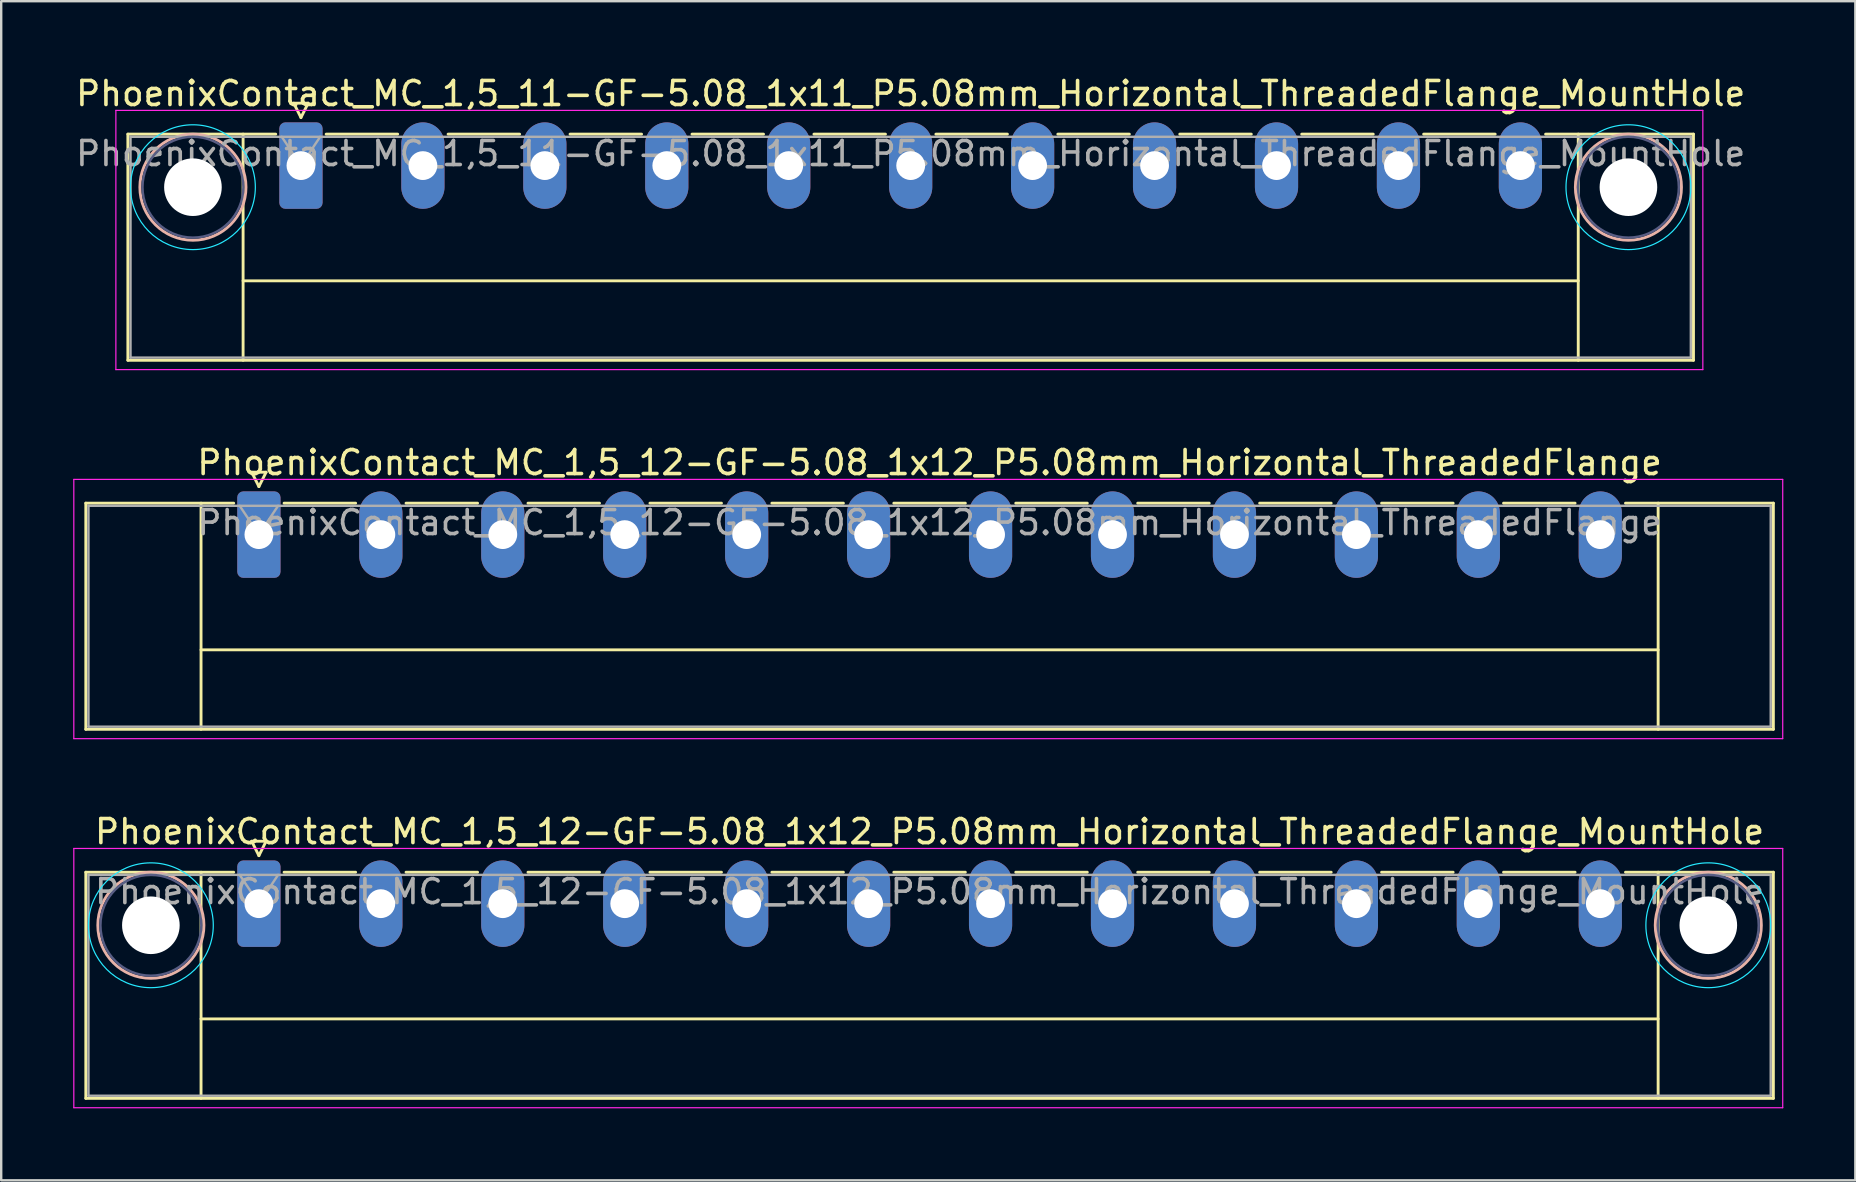
<source format=kicad_pcb>
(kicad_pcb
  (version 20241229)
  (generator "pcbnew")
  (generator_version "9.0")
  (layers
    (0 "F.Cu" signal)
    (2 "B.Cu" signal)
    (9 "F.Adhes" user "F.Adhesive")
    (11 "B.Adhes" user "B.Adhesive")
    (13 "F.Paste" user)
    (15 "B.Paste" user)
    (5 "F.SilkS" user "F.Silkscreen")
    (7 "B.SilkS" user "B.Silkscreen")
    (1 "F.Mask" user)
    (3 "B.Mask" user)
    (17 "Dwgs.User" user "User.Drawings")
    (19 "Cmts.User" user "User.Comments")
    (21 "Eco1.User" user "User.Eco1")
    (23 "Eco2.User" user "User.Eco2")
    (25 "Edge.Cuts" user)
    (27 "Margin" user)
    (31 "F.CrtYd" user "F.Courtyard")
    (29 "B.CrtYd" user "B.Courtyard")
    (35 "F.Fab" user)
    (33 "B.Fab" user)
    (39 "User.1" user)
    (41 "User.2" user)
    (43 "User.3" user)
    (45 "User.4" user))
  (footprint "PhoenixContact_MC_1,5_12-GF-5.08_1x12_P5.08mm_Horizontal_ThreadedFlange"
    (layer "F.Cu")
    (at 7.735 19.221)
    (property "Reference" "PhoenixContact_MC_1,5_12-GF-5.08_1x12_P5.08mm_Horizontal_ThreadedFlange" (at 27.94 -3 0) (layer "F.SilkS") (effects (font (size 1 1) (thickness 0.15))))
    (attr through_hole)
    (fp_line (start -7.21 -1.31) (end -7.21 8.11) (stroke (width 0.12) (type solid)) (layer "F.SilkS"))
    (fp_line (start -7.21 -1.31) (end -1.05 -1.31) (stroke (width 0.12) (type solid)) (layer "F.SilkS"))
    (fp_line (start -7.21 8.11) (end 63.09 8.11) (stroke (width 0.12) (type solid)) (layer "F.SilkS"))
    (fp_line (start -2.41 -1.31) (end -2.41 8.11) (stroke (width 0.12) (type solid)) (layer "F.SilkS"))
    (fp_line (start -2.41 4.8) (end 58.29 4.8) (stroke (width 0.12) (type solid)) (layer "F.SilkS"))
    (fp_line (start -0.3 -2.6) (end 0.3 -2.6) (stroke (width 0.12) (type solid)) (layer "F.SilkS"))
    (fp_line (start 0 -2) (end -0.3 -2.6) (stroke (width 0.12) (type solid)) (layer "F.SilkS"))
    (fp_line (start 0.3 -2.6) (end 0 -2) (stroke (width 0.12) (type solid)) (layer "F.SilkS"))
    (fp_line (start 1.05 -1.31) (end 4.03 -1.31) (stroke (width 0.12) (type solid)) (layer "F.SilkS"))
    (fp_line (start 6.13 -1.31) (end 9.11 -1.31) (stroke (width 0.12) (type solid)) (layer "F.SilkS"))
    (fp_line (start 11.21 -1.31) (end 14.19 -1.31) (stroke (width 0.12) (type solid)) (layer "F.SilkS"))
    (fp_line (start 16.29 -1.31) (end 19.27 -1.31) (stroke (width 0.12) (type solid)) (layer "F.SilkS"))
    (fp_line (start 21.37 -1.31) (end 24.35 -1.31) (stroke (width 0.12) (type solid)) (layer "F.SilkS"))
    (fp_line (start 26.45 -1.31) (end 29.43 -1.31) (stroke (width 0.12) (type solid)) (layer "F.SilkS"))
    (fp_line (start 31.53 -1.31) (end 34.51 -1.31) (stroke (width 0.12) (type solid)) (layer "F.SilkS"))
    (fp_line (start 36.61 -1.31) (end 39.59 -1.31) (stroke (width 0.12) (type solid)) (layer "F.SilkS"))
    (fp_line (start 41.69 -1.31) (end 44.67 -1.31) (stroke (width 0.12) (type solid)) (layer "F.SilkS"))
    (fp_line (start 46.77 -1.31) (end 49.75 -1.31) (stroke (width 0.12) (type solid)) (layer "F.SilkS"))
    (fp_line (start 51.85 -1.31) (end 54.83 -1.31) (stroke (width 0.12) (type solid)) (layer "F.SilkS"))
    (fp_line (start 58.29 -1.31) (end 58.29 8.11) (stroke (width 0.12) (type solid)) (layer "F.SilkS"))
    (fp_line (start 63.09 -1.31) (end 56.93 -1.31) (stroke (width 0.12) (type solid)) (layer "F.SilkS"))
    (fp_line (start 63.09 8.11) (end 63.09 -1.31) (stroke (width 0.12) (type solid)) (layer "F.SilkS"))
    (fp_line (start -7.71 -2.3) (end -7.71 8.5) (stroke (width 0.05) (type solid)) (layer "F.CrtYd"))
    (fp_line (start -7.71 8.5) (end 63.48 8.5) (stroke (width 0.05) (type solid)) (layer "F.CrtYd"))
    (fp_line (start 63.48 -2.3) (end -7.71 -2.3) (stroke (width 0.05) (type solid)) (layer "F.CrtYd"))
    (fp_line (start 63.48 8.5) (end 63.48 -2.3) (stroke (width 0.05) (type solid)) (layer "F.CrtYd"))
    (fp_line (start -7.1 -1.2) (end -7.1 8) (stroke (width 0.1) (type solid)) (layer "F.Fab"))
    (fp_line (start -7.1 8) (end 62.98 8) (stroke (width 0.1) (type solid)) (layer "F.Fab"))
    (fp_line (start 0 0) (end -0.8 -1.2) (stroke (width 0.1) (type solid)) (layer "F.Fab"))
    (fp_line (start 0.8 -1.2) (end 0 0) (stroke (width 0.1) (type solid)) (layer "F.Fab"))
    (fp_line (start 62.98 -1.2) (end -7.1 -1.2) (stroke (width 0.1) (type solid)) (layer "F.Fab"))
    (fp_line (start 62.98 8) (end 62.98 -1.2) (stroke (width 0.1) (type solid)) (layer "F.Fab"))
    (fp_text user "${REFERENCE}" (at 27.94 -0.5 0) (layer "F.Fab") (effects (font (size 1 1) (thickness 0.15))))
    (pad "1" thru_hole roundrect (at 0 0) (size 1.8 3.6) (drill 1.2) (layers "*.Cu" "*.Mask") (roundrect_rratio 0.139))
    (pad "2" thru_hole oval (at 5.08 0) (size 1.8 3.6) (drill 1.2) (layers "*.Cu" "*.Mask"))
    (pad "3" thru_hole oval (at 10.16 0) (size 1.8 3.6) (drill 1.2) (layers "*.Cu" "*.Mask"))
    (pad "4" thru_hole oval (at 15.24 0) (size 1.8 3.6) (drill 1.2) (layers "*.Cu" "*.Mask"))
    (pad "5" thru_hole oval (at 20.32 0) (size 1.8 3.6) (drill 1.2) (layers "*.Cu" "*.Mask"))
    (pad "6" thru_hole oval (at 25.4 0) (size 1.8 3.6) (drill 1.2) (layers "*.Cu" "*.Mask"))
    (pad "7" thru_hole oval (at 30.48 0) (size 1.8 3.6) (drill 1.2) (layers "*.Cu" "*.Mask"))
    (pad "8" thru_hole oval (at 35.56 0) (size 1.8 3.6) (drill 1.2) (layers "*.Cu" "*.Mask"))
    (pad "9" thru_hole oval (at 40.64 0) (size 1.8 3.6) (drill 1.2) (layers "*.Cu" "*.Mask"))
    (pad "10" thru_hole oval (at 45.72 0) (size 1.8 3.6) (drill 1.2) (layers "*.Cu" "*.Mask"))
    (pad "11" thru_hole oval (at 50.8 0) (size 1.8 3.6) (drill 1.2) (layers "*.Cu" "*.Mask"))
    (pad "12" thru_hole oval (at 55.88 0) (size 1.8 3.6) (drill 1.2) (layers "*.Cu" "*.Mask")))
  (footprint "PhoenixContact_MC_1,5_11-GF-5.08_1x11_P5.08mm_Horizontal_ThreadedFlange_MountHole"
    (layer "F.Cu")
    (at 9.487 3.848)
    (property "Reference" "PhoenixContact_MC_1,5_11-GF-5.08_1x11_P5.08mm_Horizontal_ThreadedFlange_MountHole" (at 25.4 -3 0) (layer "F.SilkS") (effects (font (size 1 1) (thickness 0.15))))
    (attr through_hole)
    (fp_line (start -7.21 -1.31) (end -7.21 8.11) (stroke (width 0.12) (type solid)) (layer "F.SilkS"))
    (fp_line (start -7.21 -1.31) (end -1.05 -1.31) (stroke (width 0.12) (type solid)) (layer "F.SilkS"))
    (fp_line (start -7.21 8.11) (end 58.01 8.11) (stroke (width 0.12) (type solid)) (layer "F.SilkS"))
    (fp_line (start -2.41 -1.31) (end -2.41 8.11) (stroke (width 0.12) (type solid)) (layer "F.SilkS"))
    (fp_line (start -2.41 4.8) (end 53.21 4.8) (stroke (width 0.12) (type solid)) (layer "F.SilkS"))
    (fp_line (start -0.3 -2.6) (end 0.3 -2.6) (stroke (width 0.12) (type solid)) (layer "F.SilkS"))
    (fp_line (start 0 -2) (end -0.3 -2.6) (stroke (width 0.12) (type solid)) (layer "F.SilkS"))
    (fp_line (start 0.3 -2.6) (end 0 -2) (stroke (width 0.12) (type solid)) (layer "F.SilkS"))
    (fp_line (start 1.05 -1.31) (end 4.03 -1.31) (stroke (width 0.12) (type solid)) (layer "F.SilkS"))
    (fp_line (start 6.13 -1.31) (end 9.11 -1.31) (stroke (width 0.12) (type solid)) (layer "F.SilkS"))
    (fp_line (start 11.21 -1.31) (end 14.19 -1.31) (stroke (width 0.12) (type solid)) (layer "F.SilkS"))
    (fp_line (start 16.29 -1.31) (end 19.27 -1.31) (stroke (width 0.12) (type solid)) (layer "F.SilkS"))
    (fp_line (start 21.37 -1.31) (end 24.35 -1.31) (stroke (width 0.12) (type solid)) (layer "F.SilkS"))
    (fp_line (start 26.45 -1.31) (end 29.43 -1.31) (stroke (width 0.12) (type solid)) (layer "F.SilkS"))
    (fp_line (start 31.53 -1.31) (end 34.51 -1.31) (stroke (width 0.12) (type solid)) (layer "F.SilkS"))
    (fp_line (start 36.61 -1.31) (end 39.59 -1.31) (stroke (width 0.12) (type solid)) (layer "F.SilkS"))
    (fp_line (start 41.69 -1.31) (end 44.67 -1.31) (stroke (width 0.12) (type solid)) (layer "F.SilkS"))
    (fp_line (start 46.77 -1.31) (end 49.75 -1.31) (stroke (width 0.12) (type solid)) (layer "F.SilkS"))
    (fp_line (start 53.21 -1.31) (end 53.21 8.11) (stroke (width 0.12) (type solid)) (layer "F.SilkS"))
    (fp_line (start 58.01 -1.31) (end 51.85 -1.31) (stroke (width 0.12) (type solid)) (layer "F.SilkS"))
    (fp_line (start 58.01 8.11) (end 58.01 -1.31) (stroke (width 0.12) (type solid)) (layer "F.SilkS"))
    (fp_circle (center -4.5 0.9) (end -2.29 0.9) (stroke (width 0.12) (type solid)) (fill no) (layer "B.SilkS"))
    (fp_circle (center 55.3 0.9) (end 57.51 0.9) (stroke (width 0.12) (type solid)) (fill no) (layer "B.SilkS"))
    (fp_circle (center -4.5 0.9) (end -1.9 0.9) (stroke (width 0.05) (type solid)) (fill no) (layer "B.CrtYd"))
    (fp_circle (center 55.3 0.9) (end 57.9 0.9) (stroke (width 0.05) (type solid)) (fill no) (layer "B.CrtYd"))
    (fp_line (start -7.71 -2.3) (end -7.71 8.5) (stroke (width 0.05) (type solid)) (layer "F.CrtYd"))
    (fp_line (start -7.71 8.5) (end 58.4 8.5) (stroke (width 0.05) (type solid)) (layer "F.CrtYd"))
    (fp_line (start 58.4 -2.3) (end -7.71 -2.3) (stroke (width 0.05) (type solid)) (layer "F.CrtYd"))
    (fp_line (start 58.4 8.5) (end 58.4 -2.3) (stroke (width 0.05) (type solid)) (layer "F.CrtYd"))
    (fp_circle (center -4.5 0.9) (end -2.4 0.9) (stroke (width 0.1) (type solid)) (fill no) (layer "B.Fab"))
    (fp_circle (center 55.3 0.9) (end 57.4 0.9) (stroke (width 0.1) (type solid)) (fill no) (layer "B.Fab"))
    (fp_line (start -7.1 -1.2) (end -7.1 8) (stroke (width 0.1) (type solid)) (layer "F.Fab"))
    (fp_line (start -7.1 8) (end 57.9 8) (stroke (width 0.1) (type solid)) (layer "F.Fab"))
    (fp_line (start 0 0) (end -0.8 -1.2) (stroke (width 0.1) (type solid)) (layer "F.Fab"))
    (fp_line (start 0.8 -1.2) (end 0 0) (stroke (width 0.1) (type solid)) (layer "F.Fab"))
    (fp_line (start 57.9 -1.2) (end -7.1 -1.2) (stroke (width 0.1) (type solid)) (layer "F.Fab"))
    (fp_line (start 57.9 8) (end 57.9 -1.2) (stroke (width 0.1) (type solid)) (layer "F.Fab"))
    (fp_text user "${REFERENCE}" (at 25.4 -0.5 0) (layer "F.Fab") (effects (font (size 1 1) (thickness 0.15))))
    (pad "" np_thru_hole circle (at -4.5 0.9) (size 2.4 2.4) (drill 2.4) (layers "*.Cu" "*.Mask"))
    (pad "" np_thru_hole circle (at 55.3 0.9) (size 2.4 2.4) (drill 2.4) (layers "*.Cu" "*.Mask"))
    (pad "1" thru_hole roundrect (at 0 0) (size 1.8 3.6) (drill 1.2) (layers "*.Cu" "*.Mask") (roundrect_rratio 0.139))
    (pad "2" thru_hole oval (at 5.08 0) (size 1.8 3.6) (drill 1.2) (layers "*.Cu" "*.Mask"))
    (pad "3" thru_hole oval (at 10.16 0) (size 1.8 3.6) (drill 1.2) (layers "*.Cu" "*.Mask"))
    (pad "4" thru_hole oval (at 15.24 0) (size 1.8 3.6) (drill 1.2) (layers "*.Cu" "*.Mask"))
    (pad "5" thru_hole oval (at 20.32 0) (size 1.8 3.6) (drill 1.2) (layers "*.Cu" "*.Mask"))
    (pad "6" thru_hole oval (at 25.4 0) (size 1.8 3.6) (drill 1.2) (layers "*.Cu" "*.Mask"))
    (pad "7" thru_hole oval (at 30.48 0) (size 1.8 3.6) (drill 1.2) (layers "*.Cu" "*.Mask"))
    (pad "8" thru_hole oval (at 35.56 0) (size 1.8 3.6) (drill 1.2) (layers "*.Cu" "*.Mask"))
    (pad "9" thru_hole oval (at 40.64 0) (size 1.8 3.6) (drill 1.2) (layers "*.Cu" "*.Mask"))
    (pad "10" thru_hole oval (at 45.72 0) (size 1.8 3.6) (drill 1.2) (layers "*.Cu" "*.Mask"))
    (pad "11" thru_hole oval (at 50.8 0) (size 1.8 3.6) (drill 1.2) (layers "*.Cu" "*.Mask")))
  (footprint "PhoenixContact_MC_1,5_12-GF-5.08_1x12_P5.08mm_Horizontal_ThreadedFlange_MountHole"
    (layer "F.Cu")
    (at 7.735 34.595)
    (property "Reference" "PhoenixContact_MC_1,5_12-GF-5.08_1x12_P5.08mm_Horizontal_ThreadedFlange_MountHole" (at 27.94 -3 0) (layer "F.SilkS") (effects (font (size 1 1) (thickness 0.15))))
    (attr through_hole)
    (fp_line (start -7.21 -1.31) (end -7.21 8.11) (stroke (width 0.12) (type solid)) (layer "F.SilkS"))
    (fp_line (start -7.21 -1.31) (end -1.05 -1.31) (stroke (width 0.12) (type solid)) (layer "F.SilkS"))
    (fp_line (start -7.21 8.11) (end 63.09 8.11) (stroke (width 0.12) (type solid)) (layer "F.SilkS"))
    (fp_line (start -2.41 -1.31) (end -2.41 8.11) (stroke (width 0.12) (type solid)) (layer "F.SilkS"))
    (fp_line (start -2.41 4.8) (end 58.29 4.8) (stroke (width 0.12) (type solid)) (layer "F.SilkS"))
    (fp_line (start -0.3 -2.6) (end 0.3 -2.6) (stroke (width 0.12) (type solid)) (layer "F.SilkS"))
    (fp_line (start 0 -2) (end -0.3 -2.6) (stroke (width 0.12) (type solid)) (layer "F.SilkS"))
    (fp_line (start 0.3 -2.6) (end 0 -2) (stroke (width 0.12) (type solid)) (layer "F.SilkS"))
    (fp_line (start 1.05 -1.31) (end 4.03 -1.31) (stroke (width 0.12) (type solid)) (layer "F.SilkS"))
    (fp_line (start 6.13 -1.31) (end 9.11 -1.31) (stroke (width 0.12) (type solid)) (layer "F.SilkS"))
    (fp_line (start 11.21 -1.31) (end 14.19 -1.31) (stroke (width 0.12) (type solid)) (layer "F.SilkS"))
    (fp_line (start 16.29 -1.31) (end 19.27 -1.31) (stroke (width 0.12) (type solid)) (layer "F.SilkS"))
    (fp_line (start 21.37 -1.31) (end 24.35 -1.31) (stroke (width 0.12) (type solid)) (layer "F.SilkS"))
    (fp_line (start 26.45 -1.31) (end 29.43 -1.31) (stroke (width 0.12) (type solid)) (layer "F.SilkS"))
    (fp_line (start 31.53 -1.31) (end 34.51 -1.31) (stroke (width 0.12) (type solid)) (layer "F.SilkS"))
    (fp_line (start 36.61 -1.31) (end 39.59 -1.31) (stroke (width 0.12) (type solid)) (layer "F.SilkS"))
    (fp_line (start 41.69 -1.31) (end 44.67 -1.31) (stroke (width 0.12) (type solid)) (layer "F.SilkS"))
    (fp_line (start 46.77 -1.31) (end 49.75 -1.31) (stroke (width 0.12) (type solid)) (layer "F.SilkS"))
    (fp_line (start 51.85 -1.31) (end 54.83 -1.31) (stroke (width 0.12) (type solid)) (layer "F.SilkS"))
    (fp_line (start 58.29 -1.31) (end 58.29 8.11) (stroke (width 0.12) (type solid)) (layer "F.SilkS"))
    (fp_line (start 63.09 -1.31) (end 56.93 -1.31) (stroke (width 0.12) (type solid)) (layer "F.SilkS"))
    (fp_line (start 63.09 8.11) (end 63.09 -1.31) (stroke (width 0.12) (type solid)) (layer "F.SilkS"))
    (fp_circle (center -4.5 0.9) (end -2.29 0.9) (stroke (width 0.12) (type solid)) (fill no) (layer "B.SilkS"))
    (fp_circle (center 60.38 0.9) (end 62.59 0.9) (stroke (width 0.12) (type solid)) (fill no) (layer "B.SilkS"))
    (fp_circle (center -4.5 0.9) (end -1.9 0.9) (stroke (width 0.05) (type solid)) (fill no) (layer "B.CrtYd"))
    (fp_circle (center 60.38 0.9) (end 62.98 0.9) (stroke (width 0.05) (type solid)) (fill no) (layer "B.CrtYd"))
    (fp_line (start -7.71 -2.3) (end -7.71 8.5) (stroke (width 0.05) (type solid)) (layer "F.CrtYd"))
    (fp_line (start -7.71 8.5) (end 63.48 8.5) (stroke (width 0.05) (type solid)) (layer "F.CrtYd"))
    (fp_line (start 63.48 -2.3) (end -7.71 -2.3) (stroke (width 0.05) (type solid)) (layer "F.CrtYd"))
    (fp_line (start 63.48 8.5) (end 63.48 -2.3) (stroke (width 0.05) (type solid)) (layer "F.CrtYd"))
    (fp_circle (center -4.5 0.9) (end -2.4 0.9) (stroke (width 0.1) (type solid)) (fill no) (layer "B.Fab"))
    (fp_circle (center 60.38 0.9) (end 62.48 0.9) (stroke (width 0.1) (type solid)) (fill no) (layer "B.Fab"))
    (fp_line (start -7.1 -1.2) (end -7.1 8) (stroke (width 0.1) (type solid)) (layer "F.Fab"))
    (fp_line (start -7.1 8) (end 62.98 8) (stroke (width 0.1) (type solid)) (layer "F.Fab"))
    (fp_line (start 0 0) (end -0.8 -1.2) (stroke (width 0.1) (type solid)) (layer "F.Fab"))
    (fp_line (start 0.8 -1.2) (end 0 0) (stroke (width 0.1) (type solid)) (layer "F.Fab"))
    (fp_line (start 62.98 -1.2) (end -7.1 -1.2) (stroke (width 0.1) (type solid)) (layer "F.Fab"))
    (fp_line (start 62.98 8) (end 62.98 -1.2) (stroke (width 0.1) (type solid)) (layer "F.Fab"))
    (fp_text user "${REFERENCE}" (at 27.94 -0.5 0) (layer "F.Fab") (effects (font (size 1 1) (thickness 0.15))))
    (pad "" np_thru_hole circle (at -4.5 0.9) (size 2.4 2.4) (drill 2.4) (layers "*.Cu" "*.Mask"))
    (pad "" np_thru_hole circle (at 60.38 0.9) (size 2.4 2.4) (drill 2.4) (layers "*.Cu" "*.Mask"))
    (pad "1" thru_hole roundrect (at 0 0) (size 1.8 3.6) (drill 1.2) (layers "*.Cu" "*.Mask") (roundrect_rratio 0.139))
    (pad "2" thru_hole oval (at 5.08 0) (size 1.8 3.6) (drill 1.2) (layers "*.Cu" "*.Mask"))
    (pad "3" thru_hole oval (at 10.16 0) (size 1.8 3.6) (drill 1.2) (layers "*.Cu" "*.Mask"))
    (pad "4" thru_hole oval (at 15.24 0) (size 1.8 3.6) (drill 1.2) (layers "*.Cu" "*.Mask"))
    (pad "5" thru_hole oval (at 20.32 0) (size 1.8 3.6) (drill 1.2) (layers "*.Cu" "*.Mask"))
    (pad "6" thru_hole oval (at 25.4 0) (size 1.8 3.6) (drill 1.2) (layers "*.Cu" "*.Mask"))
    (pad "7" thru_hole oval (at 30.48 0) (size 1.8 3.6) (drill 1.2) (layers "*.Cu" "*.Mask"))
    (pad "8" thru_hole oval (at 35.56 0) (size 1.8 3.6) (drill 1.2) (layers "*.Cu" "*.Mask"))
    (pad "9" thru_hole oval (at 40.64 0) (size 1.8 3.6) (drill 1.2) (layers "*.Cu" "*.Mask"))
    (pad "10" thru_hole oval (at 45.72 0) (size 1.8 3.6) (drill 1.2) (layers "*.Cu" "*.Mask"))
    (pad "11" thru_hole oval (at 50.8 0) (size 1.8 3.6) (drill 1.2) (layers "*.Cu" "*.Mask"))
    (pad "12" thru_hole oval (at 55.88 0) (size 1.8 3.6) (drill 1.2) (layers "*.Cu" "*.Mask")))
  (gr_rect
    (start -3 -3)
    (end 74.24 46.12)
    (stroke (width 0.1) (type default))
    (fill no)
    (layer "Edge.Cuts")))
</source>
